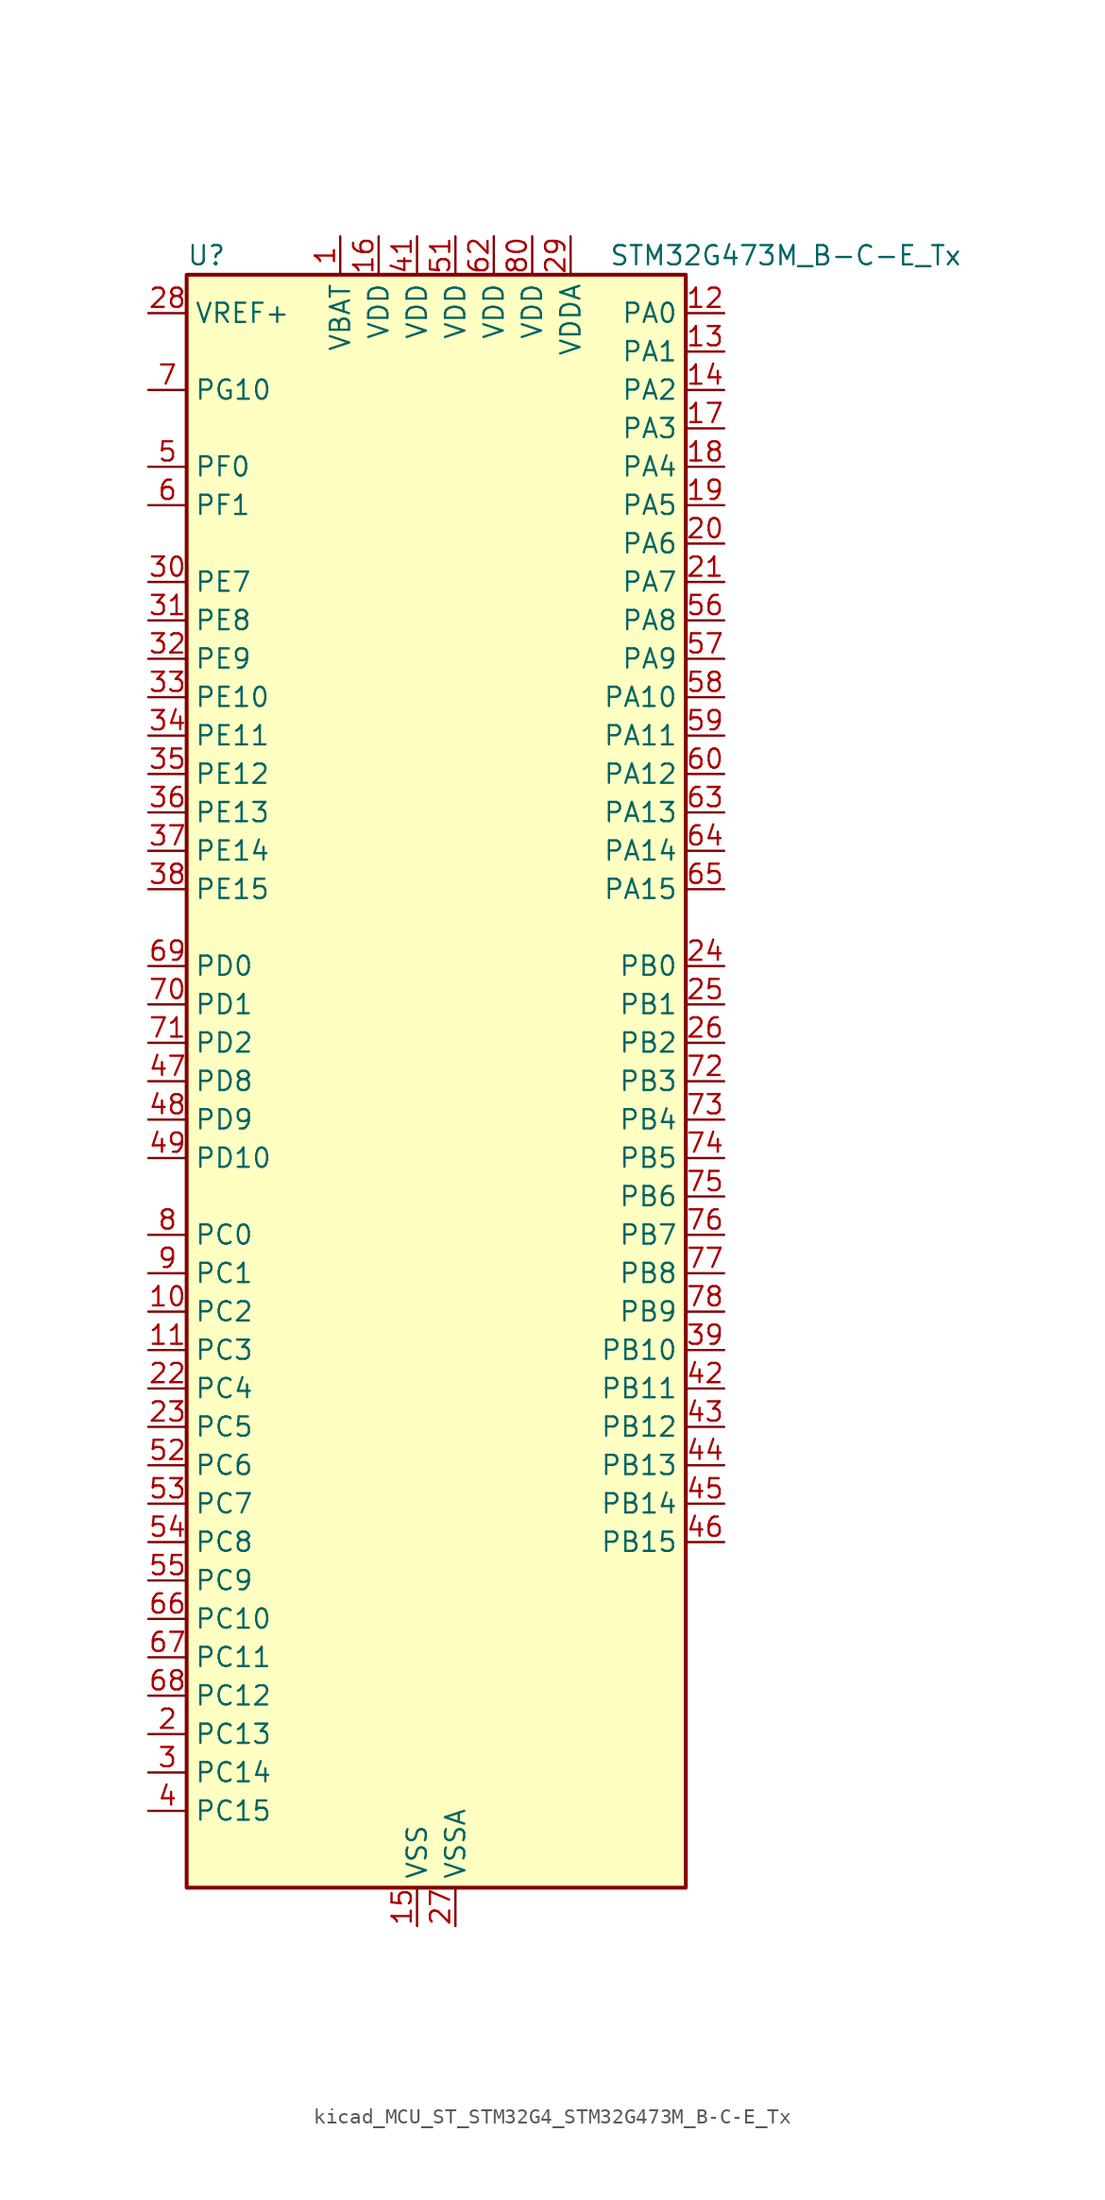
<source format=kicad_sym>
(kicad_symbol_lib
  (version 20220914)
  (generator kicad_symbol_editor)
  (symbol "kicad_MCU_ST_STM32G4_STM32G473M_B-C-E_Tx"
    (property "Reference" "U"
      (at -15.24 54.61 0)
      (effects (font (size 1.27 1.27)) (justify left)))
    (property "Value" "STM32G473M_B-C-E_Tx"
      (at 12.7 54.61 0)
      (effects (font (size 1.27 1.27)) (justify left)))
    (property "ki_locked" ""
      (at 0 0 0)
      (effects (font (size 1.27 1.27))))
    (symbol "kicad_MCU_ST_STM32G4_STM32G473M_B-C-E_Tx_0_1"
      (rectangle (start -15.24 -53.34) (end 17.78 53.34) (stroke (width 0.254) (type default)) (fill (type background))))
    (symbol "kicad_MCU_ST_STM32G4_STM32G473M_B-C-E_Tx_1_1"
      (pin power_in line (at -5.08 55.88 270) (length 2.54) (name "VBAT" (effects (font (size 1.27 1.27)))) (number "1" (effects (font (size 1.27 1.27)))))
      (pin bidirectional line (at -17.78 -15.24 0) (length 2.54) (name "PC2" (effects (font (size 1.27 1.27)))) (number "10" (effects (font (size 1.27 1.27)))) (alternate "ADC1_IN8" bidirectional line) (alternate "ADC2_IN8" bidirectional line) (alternate "ADC3_EXTI2" bidirectional line) (alternate "ADC4_EXTI2" bidirectional line) (alternate "ADC5_EXTI2" bidirectional line) (alternate "COMP3_OUT" bidirectional line) (alternate "LPTIM1_IN2" bidirectional line) (alternate "QUADSPI1_BK2_IO1" bidirectional line) (alternate "TIM1_CH3" bidirectional line) (alternate "TIM20_CH2" bidirectional line))
      (pin bidirectional line (at -17.78 -17.78 0) (length 2.54) (name "PC3" (effects (font (size 1.27 1.27)))) (number "11" (effects (font (size 1.27 1.27)))) (alternate "ADC1_IN9" bidirectional line) (alternate "ADC2_IN9" bidirectional line) (alternate "ADC3_EXTI3" bidirectional line) (alternate "ADC4_EXTI3" bidirectional line) (alternate "ADC5_EXTI3" bidirectional line) (alternate "LPTIM1_ETR" bidirectional line) (alternate "OPAMP5_VINP" bidirectional line) (alternate "OPAMP5_VINP_SEC" bidirectional line) (alternate "QUADSPI1_BK2_IO2" bidirectional line) (alternate "SAI1_D1" bidirectional line) (alternate "SAI1_SD_A" bidirectional line) (alternate "TIM1_BKIN2" bidirectional line) (alternate "TIM1_CH4" bidirectional line))
      (pin bidirectional line (at 20.32 50.8 180) (length 2.54) (name "PA0" (effects (font (size 1.27 1.27)))) (number "12" (effects (font (size 1.27 1.27)))) (alternate "ADC1_IN1" bidirectional line) (alternate "ADC2_IN1" bidirectional line) (alternate "COMP1_INM" bidirectional line) (alternate "COMP1_OUT" bidirectional line) (alternate "COMP3_INP" bidirectional line) (alternate "RTC_TAMP2" bidirectional line) (alternate "SYS_WKUP1" bidirectional line) (alternate "TIM2_CH1" bidirectional line) (alternate "TIM2_ETR" bidirectional line) (alternate "TIM5_CH1" bidirectional line) (alternate "TIM8_BKIN" bidirectional line) (alternate "TIM8_ETR" bidirectional line) (alternate "USART2_CTS" bidirectional line) (alternate "USART2_NSS" bidirectional line))
      (pin bidirectional line (at 20.32 48.26 180) (length 2.54) (name "PA1" (effects (font (size 1.27 1.27)))) (number "13" (effects (font (size 1.27 1.27)))) (alternate "ADC1_IN2" bidirectional line) (alternate "ADC2_IN2" bidirectional line) (alternate "COMP1_INP" bidirectional line) (alternate "OPAMP1_VINP" bidirectional line) (alternate "OPAMP1_VINP_SEC" bidirectional line) (alternate "OPAMP3_VINP" bidirectional line) (alternate "OPAMP3_VINP_SEC" bidirectional line) (alternate "OPAMP6_VINM" bidirectional line) (alternate "OPAMP6_VINM0" bidirectional line) (alternate "OPAMP6_VINM_SEC" bidirectional line) (alternate "RTC_REFIN" bidirectional line) (alternate "TIM15_CH1N" bidirectional line) (alternate "TIM2_CH2" bidirectional line) (alternate "TIM5_CH2" bidirectional line) (alternate "USART2_DE" bidirectional line) (alternate "USART2_RTS" bidirectional line))
      (pin bidirectional line (at 20.32 45.72 180) (length 2.54) (name "PA2" (effects (font (size 1.27 1.27)))) (number "14" (effects (font (size 1.27 1.27)))) (alternate "ADC1_IN3" bidirectional line) (alternate "ADC3_EXTI2" bidirectional line) (alternate "ADC4_EXTI2" bidirectional line) (alternate "ADC5_EXTI2" bidirectional line) (alternate "COMP2_INM" bidirectional line) (alternate "COMP2_OUT" bidirectional line) (alternate "LPUART1_TX" bidirectional line) (alternate "OPAMP1_VOUT" bidirectional line) (alternate "QUADSPI1_BK1_NCS" bidirectional line) (alternate "RCC_LSCO" bidirectional line) (alternate "SYS_WKUP4" bidirectional line) (alternate "TIM15_CH1" bidirectional line) (alternate "TIM2_CH3" bidirectional line) (alternate "TIM5_CH3" bidirectional line) (alternate "UCPD1_FRSTX1" bidirectional line) (alternate "UCPD1_FRSTX2" bidirectional line) (alternate "USART2_TX" bidirectional line))
      (pin power_in line (at 0 -55.88 90) (length 2.54) (name "VSS" (effects (font (size 1.27 1.27)))) (number "15" (effects (font (size 1.27 1.27)))))
      (pin power_in line (at -2.54 55.88 270) (length 2.54) (name "VDD" (effects (font (size 1.27 1.27)))) (number "16" (effects (font (size 1.27 1.27)))))
      (pin bidirectional line (at 20.32 43.18 180) (length 2.54) (name "PA3" (effects (font (size 1.27 1.27)))) (number "17" (effects (font (size 1.27 1.27)))) (alternate "ADC1_IN4" bidirectional line) (alternate "ADC3_EXTI3" bidirectional line) (alternate "ADC4_EXTI3" bidirectional line) (alternate "ADC5_EXTI3" bidirectional line) (alternate "COMP2_INP" bidirectional line) (alternate "LPUART1_RX" bidirectional line) (alternate "OPAMP1_VINM" bidirectional line) (alternate "OPAMP1_VINM0" bidirectional line) (alternate "OPAMP1_VINM_SEC" bidirectional line) (alternate "OPAMP1_VINP" bidirectional line) (alternate "OPAMP1_VINP_SEC" bidirectional line) (alternate "OPAMP5_VINM" bidirectional line) (alternate "OPAMP5_VINM1" bidirectional line) (alternate "OPAMP5_VINM_SEC" bidirectional line) (alternate "QUADSPI1_CLK" bidirectional line) (alternate "SAI1_CK1" bidirectional line) (alternate "SAI1_MCLK_A" bidirectional line) (alternate "TIM15_CH2" bidirectional line) (alternate "TIM2_CH4" bidirectional line) (alternate "TIM5_CH4" bidirectional line) (alternate "USART2_RX" bidirectional line))
      (pin bidirectional line (at 20.32 40.64 180) (length 2.54) (name "PA4" (effects (font (size 1.27 1.27)))) (number "18" (effects (font (size 1.27 1.27)))) (alternate "ADC2_IN17" bidirectional line) (alternate "COMP1_INM" bidirectional line) (alternate "DAC1_OUT1" bidirectional line) (alternate "I2S3_WS" bidirectional line) (alternate "SAI1_FS_B" bidirectional line) (alternate "SPI1_NSS" bidirectional line) (alternate "SPI3_NSS" bidirectional line) (alternate "TIM3_CH2" bidirectional line) (alternate "USART2_CK" bidirectional line))
      (pin bidirectional line (at 20.32 38.1 180) (length 2.54) (name "PA5" (effects (font (size 1.27 1.27)))) (number "19" (effects (font (size 1.27 1.27)))) (alternate "ADC2_IN13" bidirectional line) (alternate "COMP2_INM" bidirectional line) (alternate "DAC1_OUT2" bidirectional line) (alternate "OPAMP2_VINM" bidirectional line) (alternate "OPAMP2_VINM0" bidirectional line) (alternate "OPAMP2_VINM_SEC" bidirectional line) (alternate "SPI1_SCK" bidirectional line) (alternate "TIM2_CH1" bidirectional line) (alternate "TIM2_ETR" bidirectional line) (alternate "UCPD1_FRSTX1" bidirectional line) (alternate "UCPD1_FRSTX2" bidirectional line))
      (pin bidirectional line (at -17.78 -43.18 0) (length 2.54) (name "PC13" (effects (font (size 1.27 1.27)))) (number "2" (effects (font (size 1.27 1.27)))) (alternate "RTC_OUT1" bidirectional line) (alternate "RTC_TAMP1" bidirectional line) (alternate "RTC_TS" bidirectional line) (alternate "SYS_WKUP2" bidirectional line) (alternate "TIM1_BKIN" bidirectional line) (alternate "TIM1_CH1N" bidirectional line) (alternate "TIM8_CH4N" bidirectional line))
      (pin bidirectional line (at 20.32 35.56 180) (length 2.54) (name "PA6" (effects (font (size 1.27 1.27)))) (number "20" (effects (font (size 1.27 1.27)))) (alternate "ADC2_IN3" bidirectional line) (alternate "COMP1_OUT" bidirectional line) (alternate "DAC2_OUT1" bidirectional line) (alternate "LPUART1_CTS" bidirectional line) (alternate "OPAMP2_VOUT" bidirectional line) (alternate "QUADSPI1_BK1_IO3" bidirectional line) (alternate "SPI1_MISO" bidirectional line) (alternate "TIM16_CH1" bidirectional line) (alternate "TIM1_BKIN" bidirectional line) (alternate "TIM3_CH1" bidirectional line) (alternate "TIM8_BKIN" bidirectional line))
      (pin bidirectional line (at 20.32 33.02 180) (length 2.54) (name "PA7" (effects (font (size 1.27 1.27)))) (number "21" (effects (font (size 1.27 1.27)))) (alternate "ADC2_IN4" bidirectional line) (alternate "COMP2_INP" bidirectional line) (alternate "COMP2_OUT" bidirectional line) (alternate "OPAMP1_VINP" bidirectional line) (alternate "OPAMP1_VINP_SEC" bidirectional line) (alternate "OPAMP2_VINP" bidirectional line) (alternate "OPAMP2_VINP_SEC" bidirectional line) (alternate "QUADSPI1_BK1_IO2" bidirectional line) (alternate "SPI1_MOSI" bidirectional line) (alternate "TIM17_CH1" bidirectional line) (alternate "TIM1_CH1N" bidirectional line) (alternate "TIM3_CH2" bidirectional line) (alternate "TIM8_CH1N" bidirectional line) (alternate "UCPD1_FRSTX1" bidirectional line) (alternate "UCPD1_FRSTX2" bidirectional line))
      (pin bidirectional line (at -17.78 -20.32 0) (length 2.54) (name "PC4" (effects (font (size 1.27 1.27)))) (number "22" (effects (font (size 1.27 1.27)))) (alternate "ADC2_IN5" bidirectional line) (alternate "I2C2_SCL" bidirectional line) (alternate "QUADSPI1_BK2_IO3" bidirectional line) (alternate "TIM1_ETR" bidirectional line) (alternate "USART1_TX" bidirectional line))
      (pin bidirectional line (at -17.78 -22.86 0) (length 2.54) (name "PC5" (effects (font (size 1.27 1.27)))) (number "23" (effects (font (size 1.27 1.27)))) (alternate "ADC2_IN11" bidirectional line) (alternate "OPAMP1_VINM" bidirectional line) (alternate "OPAMP1_VINM1" bidirectional line) (alternate "OPAMP1_VINM_SEC" bidirectional line) (alternate "OPAMP2_VINM" bidirectional line) (alternate "OPAMP2_VINM1" bidirectional line) (alternate "OPAMP2_VINM_SEC" bidirectional line) (alternate "SAI1_D3" bidirectional line) (alternate "SYS_WKUP5" bidirectional line) (alternate "TIM15_BKIN" bidirectional line) (alternate "TIM1_CH4N" bidirectional line) (alternate "USART1_RX" bidirectional line))
      (pin bidirectional line (at 20.32 7.62 180) (length 2.54) (name "PB0" (effects (font (size 1.27 1.27)))) (number "24" (effects (font (size 1.27 1.27)))) (alternate "ADC1_IN15" bidirectional line) (alternate "ADC3_IN12" bidirectional line) (alternate "COMP4_INP" bidirectional line) (alternate "OPAMP2_VINP" bidirectional line) (alternate "OPAMP2_VINP_SEC" bidirectional line) (alternate "OPAMP3_VINP" bidirectional line) (alternate "OPAMP3_VINP_SEC" bidirectional line) (alternate "QUADSPI1_BK1_IO1" bidirectional line) (alternate "TIM1_CH2N" bidirectional line) (alternate "TIM3_CH3" bidirectional line) (alternate "TIM8_CH2N" bidirectional line) (alternate "UCPD1_FRSTX1" bidirectional line) (alternate "UCPD1_FRSTX2" bidirectional line))
      (pin bidirectional line (at 20.32 5.08 180) (length 2.54) (name "PB1" (effects (font (size 1.27 1.27)))) (number "25" (effects (font (size 1.27 1.27)))) (alternate "ADC1_IN12" bidirectional line) (alternate "ADC3_IN1" bidirectional line) (alternate "COMP1_INP" bidirectional line) (alternate "COMP4_OUT" bidirectional line) (alternate "LPUART1_DE" bidirectional line) (alternate "LPUART1_RTS" bidirectional line) (alternate "OPAMP3_VOUT" bidirectional line) (alternate "OPAMP6_VINM" bidirectional line) (alternate "OPAMP6_VINM1" bidirectional line) (alternate "OPAMP6_VINM_SEC" bidirectional line) (alternate "QUADSPI1_BK1_IO0" bidirectional line) (alternate "TIM1_CH3N" bidirectional line) (alternate "TIM3_CH4" bidirectional line) (alternate "TIM8_CH3N" bidirectional line))
      (pin bidirectional line (at 20.32 2.54 180) (length 2.54) (name "PB2" (effects (font (size 1.27 1.27)))) (number "26" (effects (font (size 1.27 1.27)))) (alternate "ADC2_IN12" bidirectional line) (alternate "ADC3_EXTI2" bidirectional line) (alternate "ADC4_EXTI2" bidirectional line) (alternate "ADC5_EXTI2" bidirectional line) (alternate "COMP4_INM" bidirectional line) (alternate "I2C3_SMBA" bidirectional line) (alternate "LPTIM1_OUT" bidirectional line) (alternate "OPAMP3_VINM" bidirectional line) (alternate "OPAMP3_VINM0" bidirectional line) (alternate "OPAMP3_VINM_SEC" bidirectional line) (alternate "QUADSPI1_BK2_IO1" bidirectional line) (alternate "RTC_OUT2" bidirectional line) (alternate "TIM20_CH1" bidirectional line) (alternate "TIM5_CH1" bidirectional line))
      (pin power_in line (at 2.54 -55.88 90) (length 2.54) (name "VSSA" (effects (font (size 1.27 1.27)))) (number "27" (effects (font (size 1.27 1.27)))))
      (pin input line (at -17.78 50.8 0) (length 2.54) (name "VREF+" (effects (font (size 1.27 1.27)))) (number "28" (effects (font (size 1.27 1.27)))) (alternate "VREFBUF_OUT" bidirectional line))
      (pin power_in line (at 10.16 55.88 270) (length 2.54) (name "VDDA" (effects (font (size 1.27 1.27)))) (number "29" (effects (font (size 1.27 1.27)))))
      (pin bidirectional line (at -17.78 -45.72 0) (length 2.54) (name "PC14" (effects (font (size 1.27 1.27)))) (number "3" (effects (font (size 1.27 1.27)))) (alternate "RCC_OSC32_IN" bidirectional line))
      (pin bidirectional line (at -17.78 33.02 0) (length 2.54) (name "PE7" (effects (font (size 1.27 1.27)))) (number "30" (effects (font (size 1.27 1.27)))) (alternate "ADC3_IN4" bidirectional line) (alternate "COMP4_INP" bidirectional line) (alternate "SAI1_SD_B" bidirectional line) (alternate "TIM1_ETR" bidirectional line))
      (pin bidirectional line (at -17.78 30.48 0) (length 2.54) (name "PE8" (effects (font (size 1.27 1.27)))) (number "31" (effects (font (size 1.27 1.27)))) (alternate "ADC3_IN6" bidirectional line) (alternate "ADC4_IN6" bidirectional line) (alternate "ADC5_IN6" bidirectional line) (alternate "COMP4_INM" bidirectional line) (alternate "SAI1_SCK_B" bidirectional line) (alternate "TIM1_CH1N" bidirectional line) (alternate "TIM5_CH3" bidirectional line))
      (pin bidirectional line (at -17.78 27.94 0) (length 2.54) (name "PE9" (effects (font (size 1.27 1.27)))) (number "32" (effects (font (size 1.27 1.27)))) (alternate "ADC3_IN2" bidirectional line) (alternate "DAC1_EXTI9" bidirectional line) (alternate "DAC2_EXTI9" bidirectional line) (alternate "DAC3_EXTI9" bidirectional line) (alternate "DAC4_EXTI9" bidirectional line) (alternate "SAI1_FS_B" bidirectional line) (alternate "TIM1_CH1" bidirectional line) (alternate "TIM5_CH4" bidirectional line))
      (pin bidirectional line (at -17.78 25.4 0) (length 2.54) (name "PE10" (effects (font (size 1.27 1.27)))) (number "33" (effects (font (size 1.27 1.27)))) (alternate "ADC3_IN14" bidirectional line) (alternate "ADC4_IN14" bidirectional line) (alternate "ADC5_IN14" bidirectional line) (alternate "DAC1_EXTI10" bidirectional line) (alternate "DAC2_EXTI10" bidirectional line) (alternate "DAC3_EXTI10" bidirectional line) (alternate "DAC4_EXTI10" bidirectional line) (alternate "QUADSPI1_CLK" bidirectional line) (alternate "SAI1_MCLK_B" bidirectional line) (alternate "TIM1_CH2N" bidirectional line))
      (pin bidirectional line (at -17.78 22.86 0) (length 2.54) (name "PE11" (effects (font (size 1.27 1.27)))) (number "34" (effects (font (size 1.27 1.27)))) (alternate "ADC1_EXTI11" bidirectional line) (alternate "ADC2_EXTI11" bidirectional line) (alternate "ADC3_IN15" bidirectional line) (alternate "ADC4_IN15" bidirectional line) (alternate "ADC5_IN15" bidirectional line) (alternate "QUADSPI1_BK1_NCS" bidirectional line) (alternate "SPI4_NSS" bidirectional line) (alternate "TIM1_CH2" bidirectional line))
      (pin bidirectional line (at -17.78 20.32 0) (length 2.54) (name "PE12" (effects (font (size 1.27 1.27)))) (number "35" (effects (font (size 1.27 1.27)))) (alternate "ADC3_IN16" bidirectional line) (alternate "ADC4_IN16" bidirectional line) (alternate "ADC5_IN16" bidirectional line) (alternate "QUADSPI1_BK1_IO0" bidirectional line) (alternate "SPI4_SCK" bidirectional line) (alternate "TIM1_CH3N" bidirectional line))
      (pin bidirectional line (at -17.78 17.78 0) (length 2.54) (name "PE13" (effects (font (size 1.27 1.27)))) (number "36" (effects (font (size 1.27 1.27)))) (alternate "ADC3_IN3" bidirectional line) (alternate "QUADSPI1_BK1_IO1" bidirectional line) (alternate "SPI4_MISO" bidirectional line) (alternate "TIM1_CH3" bidirectional line))
      (pin bidirectional line (at -17.78 15.24 0) (length 2.54) (name "PE14" (effects (font (size 1.27 1.27)))) (number "37" (effects (font (size 1.27 1.27)))) (alternate "ADC4_IN1" bidirectional line) (alternate "QUADSPI1_BK1_IO2" bidirectional line) (alternate "SPI4_MOSI" bidirectional line) (alternate "TIM1_BKIN2" bidirectional line) (alternate "TIM1_CH4" bidirectional line))
      (pin bidirectional line (at -17.78 12.7 0) (length 2.54) (name "PE15" (effects (font (size 1.27 1.27)))) (number "38" (effects (font (size 1.27 1.27)))) (alternate "ADC1_EXTI15" bidirectional line) (alternate "ADC2_EXTI15" bidirectional line) (alternate "ADC4_IN2" bidirectional line) (alternate "QUADSPI1_BK1_IO3" bidirectional line) (alternate "TIM1_BKIN" bidirectional line) (alternate "TIM1_CH4N" bidirectional line) (alternate "USART3_RX" bidirectional line))
      (pin bidirectional line (at 20.32 -17.78 180) (length 2.54) (name "PB10" (effects (font (size 1.27 1.27)))) (number "39" (effects (font (size 1.27 1.27)))) (alternate "COMP5_INM" bidirectional line) (alternate "DAC1_EXTI10" bidirectional line) (alternate "DAC2_EXTI10" bidirectional line) (alternate "DAC3_EXTI10" bidirectional line) (alternate "DAC4_EXTI10" bidirectional line) (alternate "LPUART1_RX" bidirectional line) (alternate "OPAMP3_VINM" bidirectional line) (alternate "OPAMP3_VINM1" bidirectional line) (alternate "OPAMP3_VINM_SEC" bidirectional line) (alternate "OPAMP4_VINM" bidirectional line) (alternate "OPAMP4_VINM0" bidirectional line) (alternate "OPAMP4_VINM_SEC" bidirectional line) (alternate "QUADSPI1_CLK" bidirectional line) (alternate "SAI1_SCK_A" bidirectional line) (alternate "TIM1_BKIN" bidirectional line) (alternate "TIM2_CH3" bidirectional line) (alternate "USART3_TX" bidirectional line))
      (pin bidirectional line (at -17.78 -48.26 0) (length 2.54) (name "PC15" (effects (font (size 1.27 1.27)))) (number "4" (effects (font (size 1.27 1.27)))) (alternate "ADC1_EXTI15" bidirectional line) (alternate "ADC2_EXTI15" bidirectional line) (alternate "RCC_OSC32_OUT" bidirectional line))
      (pin passive line (at 0 -55.88 90) (length 2.54) hide (name "VSS" (effects (font (size 1.27 1.27)))) (number "40" (effects (font (size 1.27 1.27)))))
      (pin power_in line (at 0 55.88 270) (length 2.54) (name "VDD" (effects (font (size 1.27 1.27)))) (number "41" (effects (font (size 1.27 1.27)))))
      (pin bidirectional line (at 20.32 -20.32 180) (length 2.54) (name "PB11" (effects (font (size 1.27 1.27)))) (number "42" (effects (font (size 1.27 1.27)))) (alternate "ADC1_EXTI11" bidirectional line) (alternate "ADC1_IN14" bidirectional line) (alternate "ADC2_EXTI11" bidirectional line) (alternate "ADC2_IN14" bidirectional line) (alternate "COMP6_INP" bidirectional line) (alternate "LPUART1_TX" bidirectional line) (alternate "OPAMP4_VINP" bidirectional line) (alternate "OPAMP4_VINP_SEC" bidirectional line) (alternate "OPAMP6_VOUT" bidirectional line) (alternate "QUADSPI1_BK1_NCS" bidirectional line) (alternate "TIM2_CH4" bidirectional line) (alternate "USART3_RX" bidirectional line))
      (pin bidirectional line (at 20.32 -22.86 180) (length 2.54) (name "PB12" (effects (font (size 1.27 1.27)))) (number "43" (effects (font (size 1.27 1.27)))) (alternate "ADC1_IN11" bidirectional line) (alternate "ADC4_IN3" bidirectional line) (alternate "COMP7_INM" bidirectional line) (alternate "FDCAN2_RX" bidirectional line) (alternate "I2C2_SMBA" bidirectional line) (alternate "I2S2_WS" bidirectional line) (alternate "LPUART1_DE" bidirectional line) (alternate "LPUART1_RTS" bidirectional line) (alternate "OPAMP4_VOUT" bidirectional line) (alternate "OPAMP6_VINP" bidirectional line) (alternate "OPAMP6_VINP_SEC" bidirectional line) (alternate "SPI2_NSS" bidirectional line) (alternate "TIM1_BKIN" bidirectional line) (alternate "TIM5_ETR" bidirectional line) (alternate "USART3_CK" bidirectional line))
      (pin bidirectional line (at 20.32 -25.4 180) (length 2.54) (name "PB13" (effects (font (size 1.27 1.27)))) (number "44" (effects (font (size 1.27 1.27)))) (alternate "ADC3_IN5" bidirectional line) (alternate "COMP5_INP" bidirectional line) (alternate "FDCAN2_TX" bidirectional line) (alternate "I2S2_CK" bidirectional line) (alternate "LPUART1_CTS" bidirectional line) (alternate "OPAMP3_VINP" bidirectional line) (alternate "OPAMP3_VINP_SEC" bidirectional line) (alternate "OPAMP4_VINP" bidirectional line) (alternate "OPAMP4_VINP_SEC" bidirectional line) (alternate "OPAMP6_VINP" bidirectional line) (alternate "OPAMP6_VINP_SEC" bidirectional line) (alternate "SPI2_SCK" bidirectional line) (alternate "TIM1_CH1N" bidirectional line) (alternate "USART3_CTS" bidirectional line) (alternate "USART3_NSS" bidirectional line))
      (pin bidirectional line (at 20.32 -27.94 180) (length 2.54) (name "PB14" (effects (font (size 1.27 1.27)))) (number "45" (effects (font (size 1.27 1.27)))) (alternate "ADC1_IN5" bidirectional line) (alternate "ADC4_IN4" bidirectional line) (alternate "COMP4_OUT" bidirectional line) (alternate "COMP7_INP" bidirectional line) (alternate "OPAMP2_VINP" bidirectional line) (alternate "OPAMP2_VINP_SEC" bidirectional line) (alternate "OPAMP5_VINP" bidirectional line) (alternate "OPAMP5_VINP_SEC" bidirectional line) (alternate "SPI2_MISO" bidirectional line) (alternate "TIM15_CH1" bidirectional line) (alternate "TIM1_CH2N" bidirectional line) (alternate "USART3_DE" bidirectional line) (alternate "USART3_RTS" bidirectional line))
      (pin bidirectional line (at 20.32 -30.48 180) (length 2.54) (name "PB15" (effects (font (size 1.27 1.27)))) (number "46" (effects (font (size 1.27 1.27)))) (alternate "ADC1_EXTI15" bidirectional line) (alternate "ADC2_EXTI15" bidirectional line) (alternate "ADC2_IN15" bidirectional line) (alternate "ADC4_IN5" bidirectional line) (alternate "COMP3_OUT" bidirectional line) (alternate "COMP6_INM" bidirectional line) (alternate "I2S2_SD" bidirectional line) (alternate "OPAMP5_VINM" bidirectional line) (alternate "OPAMP5_VINM0" bidirectional line) (alternate "OPAMP5_VINM_SEC" bidirectional line) (alternate "RTC_REFIN" bidirectional line) (alternate "SPI2_MOSI" bidirectional line) (alternate "TIM15_CH1N" bidirectional line) (alternate "TIM15_CH2" bidirectional line) (alternate "TIM1_CH3N" bidirectional line))
      (pin bidirectional line (at -17.78 0 0) (length 2.54) (name "PD8" (effects (font (size 1.27 1.27)))) (number "47" (effects (font (size 1.27 1.27)))) (alternate "ADC4_IN12" bidirectional line) (alternate "ADC5_IN12" bidirectional line) (alternate "OPAMP4_VINM" bidirectional line) (alternate "OPAMP4_VINM1" bidirectional line) (alternate "OPAMP4_VINM_SEC" bidirectional line) (alternate "USART3_TX" bidirectional line))
      (pin bidirectional line (at -17.78 -2.54 0) (length 2.54) (name "PD9" (effects (font (size 1.27 1.27)))) (number "48" (effects (font (size 1.27 1.27)))) (alternate "ADC4_IN13" bidirectional line) (alternate "ADC5_IN13" bidirectional line) (alternate "DAC1_EXTI9" bidirectional line) (alternate "DAC2_EXTI9" bidirectional line) (alternate "DAC3_EXTI9" bidirectional line) (alternate "DAC4_EXTI9" bidirectional line) (alternate "OPAMP6_VINP" bidirectional line) (alternate "OPAMP6_VINP_SEC" bidirectional line) (alternate "USART3_RX" bidirectional line))
      (pin bidirectional line (at -17.78 -5.08 0) (length 2.54) (name "PD10" (effects (font (size 1.27 1.27)))) (number "49" (effects (font (size 1.27 1.27)))) (alternate "ADC3_IN7" bidirectional line) (alternate "ADC4_IN7" bidirectional line) (alternate "ADC5_IN7" bidirectional line) (alternate "COMP6_INM" bidirectional line) (alternate "DAC1_EXTI10" bidirectional line) (alternate "DAC2_EXTI10" bidirectional line) (alternate "DAC3_EXTI10" bidirectional line) (alternate "DAC4_EXTI10" bidirectional line) (alternate "USART3_CK" bidirectional line))
      (pin bidirectional line (at -17.78 40.64 0) (length 2.54) (name "PF0" (effects (font (size 1.27 1.27)))) (number "5" (effects (font (size 1.27 1.27)))) (alternate "ADC1_IN10" bidirectional line) (alternate "I2C2_SDA" bidirectional line) (alternate "I2S2_WS" bidirectional line) (alternate "RCC_OSC_IN" bidirectional line) (alternate "SPI2_NSS" bidirectional line) (alternate "TIM1_CH3N" bidirectional line))
      (pin passive line (at 0 -55.88 90) (length 2.54) hide (name "VSS" (effects (font (size 1.27 1.27)))) (number "50" (effects (font (size 1.27 1.27)))))
      (pin power_in line (at 2.54 55.88 270) (length 2.54) (name "VDD" (effects (font (size 1.27 1.27)))) (number "51" (effects (font (size 1.27 1.27)))))
      (pin bidirectional line (at -17.78 -25.4 0) (length 2.54) (name "PC6" (effects (font (size 1.27 1.27)))) (number "52" (effects (font (size 1.27 1.27)))) (alternate "COMP6_OUT" bidirectional line) (alternate "I2C4_SCL" bidirectional line) (alternate "I2S2_MCK" bidirectional line) (alternate "TIM3_CH1" bidirectional line) (alternate "TIM8_CH1" bidirectional line))
      (pin bidirectional line (at -17.78 -27.94 0) (length 2.54) (name "PC7" (effects (font (size 1.27 1.27)))) (number "53" (effects (font (size 1.27 1.27)))) (alternate "COMP5_OUT" bidirectional line) (alternate "I2C4_SDA" bidirectional line) (alternate "I2S3_MCK" bidirectional line) (alternate "TIM3_CH2" bidirectional line) (alternate "TIM8_CH2" bidirectional line))
      (pin bidirectional line (at -17.78 -30.48 0) (length 2.54) (name "PC8" (effects (font (size 1.27 1.27)))) (number "54" (effects (font (size 1.27 1.27)))) (alternate "COMP7_OUT" bidirectional line) (alternate "I2C3_SCL" bidirectional line) (alternate "TIM20_CH3" bidirectional line) (alternate "TIM3_CH3" bidirectional line) (alternate "TIM8_CH3" bidirectional line))
      (pin bidirectional line (at -17.78 -33.02 0) (length 2.54) (name "PC9" (effects (font (size 1.27 1.27)))) (number "55" (effects (font (size 1.27 1.27)))) (alternate "DAC1_EXTI9" bidirectional line) (alternate "DAC2_EXTI9" bidirectional line) (alternate "DAC3_EXTI9" bidirectional line) (alternate "DAC4_EXTI9" bidirectional line) (alternate "I2C3_SDA" bidirectional line) (alternate "I2S_CKIN" bidirectional line) (alternate "TIM3_CH4" bidirectional line) (alternate "TIM8_BKIN2" bidirectional line) (alternate "TIM8_CH4" bidirectional line))
      (pin bidirectional line (at 20.32 30.48 180) (length 2.54) (name "PA8" (effects (font (size 1.27 1.27)))) (number "56" (effects (font (size 1.27 1.27)))) (alternate "ADC5_IN1" bidirectional line) (alternate "COMP7_OUT" bidirectional line) (alternate "FDCAN3_RX" bidirectional line) (alternate "I2C2_SDA" bidirectional line) (alternate "I2C3_SCL" bidirectional line) (alternate "I2S2_MCK" bidirectional line) (alternate "OPAMP5_VOUT" bidirectional line) (alternate "RCC_MCO" bidirectional line) (alternate "SAI1_CK2" bidirectional line) (alternate "SAI1_SCK_A" bidirectional line) (alternate "TIM1_CH1" bidirectional line) (alternate "TIM4_ETR" bidirectional line) (alternate "USART1_CK" bidirectional line))
      (pin bidirectional line (at 20.32 27.94 180) (length 2.54) (name "PA9" (effects (font (size 1.27 1.27)))) (number "57" (effects (font (size 1.27 1.27)))) (alternate "ADC5_IN2" bidirectional line) (alternate "COMP5_OUT" bidirectional line) (alternate "DAC1_EXTI9" bidirectional line) (alternate "DAC2_EXTI9" bidirectional line) (alternate "DAC3_EXTI9" bidirectional line) (alternate "DAC4_EXTI9" bidirectional line) (alternate "I2C2_SCL" bidirectional line) (alternate "I2C3_SMBA" bidirectional line) (alternate "I2S3_MCK" bidirectional line) (alternate "SAI1_FS_A" bidirectional line) (alternate "TIM15_BKIN" bidirectional line) (alternate "TIM1_CH2" bidirectional line) (alternate "TIM2_CH3" bidirectional line) (alternate "UCPD1_DBCC1" bidirectional line) (alternate "USART1_TX" bidirectional line))
      (pin bidirectional line (at 20.32 25.4 180) (length 2.54) (name "PA10" (effects (font (size 1.27 1.27)))) (number "58" (effects (font (size 1.27 1.27)))) (alternate "COMP6_OUT" bidirectional line) (alternate "CRS_SYNC" bidirectional line) (alternate "DAC1_EXTI10" bidirectional line) (alternate "DAC2_EXTI10" bidirectional line) (alternate "DAC3_EXTI10" bidirectional line) (alternate "DAC4_EXTI10" bidirectional line) (alternate "I2C2_SMBA" bidirectional line) (alternate "SAI1_D1" bidirectional line) (alternate "SAI1_SD_A" bidirectional line) (alternate "SPI2_MISO" bidirectional line) (alternate "TIM17_BKIN" bidirectional line) (alternate "TIM1_CH3" bidirectional line) (alternate "TIM2_CH4" bidirectional line) (alternate "TIM8_BKIN" bidirectional line) (alternate "UCPD1_DBCC2" bidirectional line) (alternate "USART1_RX" bidirectional line))
      (pin bidirectional line (at 20.32 22.86 180) (length 2.54) (name "PA11" (effects (font (size 1.27 1.27)))) (number "59" (effects (font (size 1.27 1.27)))) (alternate "ADC1_EXTI11" bidirectional line) (alternate "ADC2_EXTI11" bidirectional line) (alternate "COMP1_OUT" bidirectional line) (alternate "FDCAN1_RX" bidirectional line) (alternate "I2S2_SD" bidirectional line) (alternate "SPI2_MOSI" bidirectional line) (alternate "TIM1_BKIN2" bidirectional line) (alternate "TIM1_CH1N" bidirectional line) (alternate "TIM1_CH4" bidirectional line) (alternate "TIM4_CH1" bidirectional line) (alternate "USART1_CTS" bidirectional line) (alternate "USART1_NSS" bidirectional line) (alternate "USB_DM" bidirectional line))
      (pin bidirectional line (at -17.78 38.1 0) (length 2.54) (name "PF1" (effects (font (size 1.27 1.27)))) (number "6" (effects (font (size 1.27 1.27)))) (alternate "ADC2_IN10" bidirectional line) (alternate "COMP3_INM" bidirectional line) (alternate "I2S2_CK" bidirectional line) (alternate "RCC_OSC_OUT" bidirectional line) (alternate "SPI2_SCK" bidirectional line))
      (pin bidirectional line (at 20.32 20.32 180) (length 2.54) (name "PA12" (effects (font (size 1.27 1.27)))) (number "60" (effects (font (size 1.27 1.27)))) (alternate "COMP2_OUT" bidirectional line) (alternate "FDCAN1_TX" bidirectional line) (alternate "I2S_CKIN" bidirectional line) (alternate "TIM16_CH1" bidirectional line) (alternate "TIM1_CH2N" bidirectional line) (alternate "TIM1_ETR" bidirectional line) (alternate "TIM4_CH2" bidirectional line) (alternate "USART1_DE" bidirectional line) (alternate "USART1_RTS" bidirectional line) (alternate "USB_DP" bidirectional line))
      (pin passive line (at 0 -55.88 90) (length 2.54) hide (name "VSS" (effects (font (size 1.27 1.27)))) (number "61" (effects (font (size 1.27 1.27)))))
      (pin power_in line (at 5.08 55.88 270) (length 2.54) (name "VDD" (effects (font (size 1.27 1.27)))) (number "62" (effects (font (size 1.27 1.27)))))
      (pin bidirectional line (at 20.32 17.78 180) (length 2.54) (name "PA13" (effects (font (size 1.27 1.27)))) (number "63" (effects (font (size 1.27 1.27)))) (alternate "I2C1_SCL" bidirectional line) (alternate "I2C4_SCL" bidirectional line) (alternate "IR_OUT" bidirectional line) (alternate "SAI1_SD_B" bidirectional line) (alternate "SYS_JTMS-SWDIO" bidirectional line) (alternate "TIM16_CH1N" bidirectional line) (alternate "TIM4_CH3" bidirectional line) (alternate "USART3_CTS" bidirectional line) (alternate "USART3_NSS" bidirectional line))
      (pin bidirectional line (at 20.32 15.24 180) (length 2.54) (name "PA14" (effects (font (size 1.27 1.27)))) (number "64" (effects (font (size 1.27 1.27)))) (alternate "I2C1_SDA" bidirectional line) (alternate "I2C4_SMBA" bidirectional line) (alternate "LPTIM1_OUT" bidirectional line) (alternate "SAI1_FS_B" bidirectional line) (alternate "SYS_JTCK-SWCLK" bidirectional line) (alternate "TIM1_BKIN" bidirectional line) (alternate "TIM8_CH2" bidirectional line) (alternate "USART2_TX" bidirectional line))
      (pin bidirectional line (at 20.32 12.7 180) (length 2.54) (name "PA15" (effects (font (size 1.27 1.27)))) (number "65" (effects (font (size 1.27 1.27)))) (alternate "ADC1_EXTI15" bidirectional line) (alternate "ADC2_EXTI15" bidirectional line) (alternate "FDCAN3_TX" bidirectional line) (alternate "I2C1_SCL" bidirectional line) (alternate "I2S3_WS" bidirectional line) (alternate "SPI1_NSS" bidirectional line) (alternate "SPI3_NSS" bidirectional line) (alternate "SYS_JTDI" bidirectional line) (alternate "TIM1_BKIN" bidirectional line) (alternate "TIM2_CH1" bidirectional line) (alternate "TIM2_ETR" bidirectional line) (alternate "TIM8_CH1" bidirectional line) (alternate "UART4_DE" bidirectional line) (alternate "UART4_RTS" bidirectional line) (alternate "USART2_RX" bidirectional line))
      (pin bidirectional line (at -17.78 -35.56 0) (length 2.54) (name "PC10" (effects (font (size 1.27 1.27)))) (number "66" (effects (font (size 1.27 1.27)))) (alternate "DAC1_EXTI10" bidirectional line) (alternate "DAC2_EXTI10" bidirectional line) (alternate "DAC3_EXTI10" bidirectional line) (alternate "DAC4_EXTI10" bidirectional line) (alternate "I2S3_CK" bidirectional line) (alternate "SPI3_SCK" bidirectional line) (alternate "TIM8_CH1N" bidirectional line) (alternate "UART4_TX" bidirectional line) (alternate "USART3_TX" bidirectional line))
      (pin bidirectional line (at -17.78 -38.1 0) (length 2.54) (name "PC11" (effects (font (size 1.27 1.27)))) (number "67" (effects (font (size 1.27 1.27)))) (alternate "ADC1_EXTI11" bidirectional line) (alternate "ADC2_EXTI11" bidirectional line) (alternate "I2C3_SDA" bidirectional line) (alternate "SPI3_MISO" bidirectional line) (alternate "TIM8_CH2N" bidirectional line) (alternate "UART4_RX" bidirectional line) (alternate "USART3_RX" bidirectional line))
      (pin bidirectional line (at -17.78 -40.64 0) (length 2.54) (name "PC12" (effects (font (size 1.27 1.27)))) (number "68" (effects (font (size 1.27 1.27)))) (alternate "I2S3_SD" bidirectional line) (alternate "SPI3_MOSI" bidirectional line) (alternate "TIM5_CH2" bidirectional line) (alternate "TIM8_CH3N" bidirectional line) (alternate "UART5_TX" bidirectional line) (alternate "UCPD1_FRSTX1" bidirectional line) (alternate "UCPD1_FRSTX2" bidirectional line) (alternate "USART3_CK" bidirectional line))
      (pin bidirectional line (at -17.78 7.62 0) (length 2.54) (name "PD0" (effects (font (size 1.27 1.27)))) (number "69" (effects (font (size 1.27 1.27)))) (alternate "FDCAN1_RX" bidirectional line) (alternate "TIM8_CH4N" bidirectional line))
      (pin bidirectional line (at -17.78 45.72 0) (length 2.54) (name "PG10" (effects (font (size 1.27 1.27)))) (number "7" (effects (font (size 1.27 1.27)))) (alternate "DAC1_EXTI10" bidirectional line) (alternate "DAC2_EXTI10" bidirectional line) (alternate "DAC3_EXTI10" bidirectional line) (alternate "DAC4_EXTI10" bidirectional line) (alternate "RCC_MCO" bidirectional line))
      (pin bidirectional line (at -17.78 5.08 0) (length 2.54) (name "PD1" (effects (font (size 1.27 1.27)))) (number "70" (effects (font (size 1.27 1.27)))) (alternate "FDCAN1_TX" bidirectional line) (alternate "TIM8_BKIN2" bidirectional line) (alternate "TIM8_CH4" bidirectional line))
      (pin bidirectional line (at -17.78 2.54 0) (length 2.54) (name "PD2" (effects (font (size 1.27 1.27)))) (number "71" (effects (font (size 1.27 1.27)))) (alternate "ADC3_EXTI2" bidirectional line) (alternate "ADC4_EXTI2" bidirectional line) (alternate "ADC5_EXTI2" bidirectional line) (alternate "TIM3_ETR" bidirectional line) (alternate "TIM8_BKIN" bidirectional line) (alternate "UART5_RX" bidirectional line))
      (pin bidirectional line (at 20.32 0 180) (length 2.54) (name "PB3" (effects (font (size 1.27 1.27)))) (number "72" (effects (font (size 1.27 1.27)))) (alternate "ADC3_EXTI3" bidirectional line) (alternate "ADC4_EXTI3" bidirectional line) (alternate "ADC5_EXTI3" bidirectional line) (alternate "CRS_SYNC" bidirectional line) (alternate "FDCAN3_RX" bidirectional line) (alternate "I2S3_CK" bidirectional line) (alternate "SAI1_SCK_B" bidirectional line) (alternate "SPI1_SCK" bidirectional line) (alternate "SPI3_SCK" bidirectional line) (alternate "SYS_JTDO-SWO" bidirectional line) (alternate "TIM2_CH2" bidirectional line) (alternate "TIM3_ETR" bidirectional line) (alternate "TIM4_ETR" bidirectional line) (alternate "TIM8_CH1N" bidirectional line) (alternate "USART2_TX" bidirectional line))
      (pin bidirectional line (at 20.32 -2.54 180) (length 2.54) (name "PB4" (effects (font (size 1.27 1.27)))) (number "73" (effects (font (size 1.27 1.27)))) (alternate "FDCAN3_TX" bidirectional line) (alternate "SAI1_MCLK_B" bidirectional line) (alternate "SPI1_MISO" bidirectional line) (alternate "SPI3_MISO" bidirectional line) (alternate "SYS_JTRST" bidirectional line) (alternate "TIM16_CH1" bidirectional line) (alternate "TIM17_BKIN" bidirectional line) (alternate "TIM3_CH1" bidirectional line) (alternate "TIM8_CH2N" bidirectional line) (alternate "UART5_DE" bidirectional line) (alternate "UART5_RTS" bidirectional line) (alternate "UCPD1_CC2" bidirectional line) (alternate "USART2_RX" bidirectional line))
      (pin bidirectional line (at 20.32 -5.08 180) (length 2.54) (name "PB5" (effects (font (size 1.27 1.27)))) (number "74" (effects (font (size 1.27 1.27)))) (alternate "FDCAN2_RX" bidirectional line) (alternate "I2C1_SMBA" bidirectional line) (alternate "I2C3_SDA" bidirectional line) (alternate "I2S3_SD" bidirectional line) (alternate "LPTIM1_IN1" bidirectional line) (alternate "SAI1_SD_B" bidirectional line) (alternate "SPI1_MOSI" bidirectional line) (alternate "SPI3_MOSI" bidirectional line) (alternate "TIM16_BKIN" bidirectional line) (alternate "TIM17_CH1" bidirectional line) (alternate "TIM3_CH2" bidirectional line) (alternate "TIM8_CH3N" bidirectional line) (alternate "UART5_CTS" bidirectional line) (alternate "USART2_CK" bidirectional line))
      (pin bidirectional line (at 20.32 -7.62 180) (length 2.54) (name "PB6" (effects (font (size 1.27 1.27)))) (number "75" (effects (font (size 1.27 1.27)))) (alternate "COMP4_OUT" bidirectional line) (alternate "FDCAN2_TX" bidirectional line) (alternate "LPTIM1_ETR" bidirectional line) (alternate "SAI1_FS_B" bidirectional line) (alternate "TIM16_CH1N" bidirectional line) (alternate "TIM4_CH1" bidirectional line) (alternate "TIM8_BKIN2" bidirectional line) (alternate "TIM8_CH1" bidirectional line) (alternate "TIM8_ETR" bidirectional line) (alternate "UCPD1_CC1" bidirectional line) (alternate "USART1_TX" bidirectional line))
      (pin bidirectional line (at 20.32 -10.16 180) (length 2.54) (name "PB7" (effects (font (size 1.27 1.27)))) (number "76" (effects (font (size 1.27 1.27)))) (alternate "COMP3_OUT" bidirectional line) (alternate "I2C1_SDA" bidirectional line) (alternate "I2C4_SDA" bidirectional line) (alternate "LPTIM1_IN2" bidirectional line) (alternate "SYS_PVD_IN" bidirectional line) (alternate "TIM17_CH1N" bidirectional line) (alternate "TIM3_CH4" bidirectional line) (alternate "TIM4_CH2" bidirectional line) (alternate "TIM8_BKIN" bidirectional line) (alternate "UART4_CTS" bidirectional line) (alternate "USART1_RX" bidirectional line))
      (pin bidirectional line (at 20.32 -12.7 180) (length 2.54) (name "PB8" (effects (font (size 1.27 1.27)))) (number "77" (effects (font (size 1.27 1.27)))) (alternate "COMP1_OUT" bidirectional line) (alternate "FDCAN1_RX" bidirectional line) (alternate "I2C1_SCL" bidirectional line) (alternate "SAI1_CK1" bidirectional line) (alternate "SAI1_MCLK_A" bidirectional line) (alternate "TIM16_CH1" bidirectional line) (alternate "TIM1_BKIN" bidirectional line) (alternate "TIM4_CH3" bidirectional line) (alternate "TIM8_CH2" bidirectional line) (alternate "USART3_RX" bidirectional line))
      (pin bidirectional line (at 20.32 -15.24 180) (length 2.54) (name "PB9" (effects (font (size 1.27 1.27)))) (number "78" (effects (font (size 1.27 1.27)))) (alternate "COMP2_OUT" bidirectional line) (alternate "DAC1_EXTI9" bidirectional line) (alternate "DAC2_EXTI9" bidirectional line) (alternate "DAC3_EXTI9" bidirectional line) (alternate "DAC4_EXTI9" bidirectional line) (alternate "FDCAN1_TX" bidirectional line) (alternate "I2C1_SDA" bidirectional line) (alternate "IR_OUT" bidirectional line) (alternate "SAI1_D2" bidirectional line) (alternate "SAI1_FS_A" bidirectional line) (alternate "TIM17_CH1" bidirectional line) (alternate "TIM1_CH3N" bidirectional line) (alternate "TIM4_CH4" bidirectional line) (alternate "TIM8_CH3" bidirectional line) (alternate "USART3_TX" bidirectional line))
      (pin passive line (at 0 -55.88 90) (length 2.54) hide (name "VSS" (effects (font (size 1.27 1.27)))) (number "79" (effects (font (size 1.27 1.27)))))
      (pin bidirectional line (at -17.78 -10.16 0) (length 2.54) (name "PC0" (effects (font (size 1.27 1.27)))) (number "8" (effects (font (size 1.27 1.27)))) (alternate "ADC1_IN6" bidirectional line) (alternate "ADC2_IN6" bidirectional line) (alternate "COMP3_INM" bidirectional line) (alternate "LPTIM1_IN1" bidirectional line) (alternate "LPUART1_RX" bidirectional line) (alternate "TIM1_CH1" bidirectional line))
      (pin power_in line (at 7.62 55.88 270) (length 2.54) (name "VDD" (effects (font (size 1.27 1.27)))) (number "80" (effects (font (size 1.27 1.27)))))
      (pin bidirectional line (at -17.78 -12.7 0) (length 2.54) (name "PC1" (effects (font (size 1.27 1.27)))) (number "9" (effects (font (size 1.27 1.27)))) (alternate "ADC1_IN7" bidirectional line) (alternate "ADC2_IN7" bidirectional line) (alternate "COMP3_INP" bidirectional line) (alternate "LPTIM1_OUT" bidirectional line) (alternate "LPUART1_TX" bidirectional line) (alternate "QUADSPI1_BK2_IO0" bidirectional line) (alternate "SAI1_SD_A" bidirectional line) (alternate "TIM1_CH2" bidirectional line)))))
</source>
